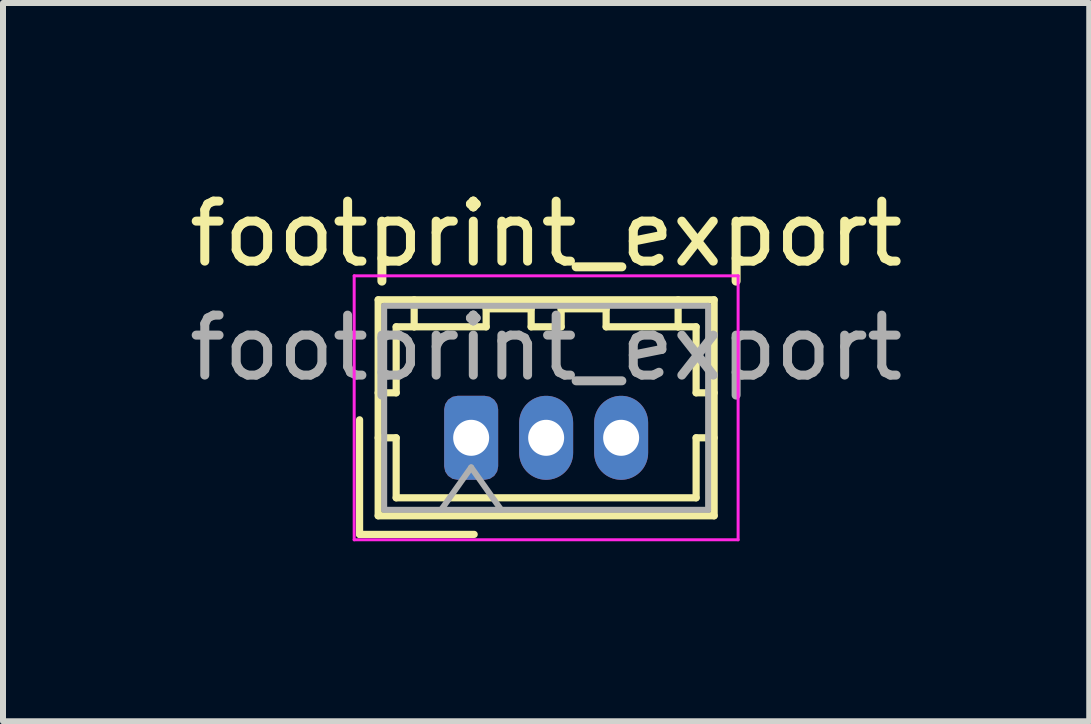
<source format=kicad_pcb>
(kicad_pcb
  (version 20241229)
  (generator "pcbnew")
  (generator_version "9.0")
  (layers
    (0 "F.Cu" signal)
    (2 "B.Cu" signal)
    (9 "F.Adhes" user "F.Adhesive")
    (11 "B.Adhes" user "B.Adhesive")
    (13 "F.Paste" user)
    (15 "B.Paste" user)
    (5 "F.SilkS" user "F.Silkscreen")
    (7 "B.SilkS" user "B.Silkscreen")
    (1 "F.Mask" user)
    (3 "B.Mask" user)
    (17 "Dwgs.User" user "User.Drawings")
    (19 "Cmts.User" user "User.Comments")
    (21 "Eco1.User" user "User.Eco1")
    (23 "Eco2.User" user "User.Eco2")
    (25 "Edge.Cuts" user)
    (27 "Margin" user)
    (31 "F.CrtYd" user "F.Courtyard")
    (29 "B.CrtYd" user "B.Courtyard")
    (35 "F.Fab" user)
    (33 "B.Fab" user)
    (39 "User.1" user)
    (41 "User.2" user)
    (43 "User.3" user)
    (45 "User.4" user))
  (footprint "footprint_export"
    (layer "F.Cu")
    (at 4.804 4.248)
    (property "Reference" "footprint_export" (at 1.25 -3.4 0) (layer "F.SilkS") (effects (font (size 1 1) (thickness 0.15))))
    (attr through_hole)
    (fp_line (start -1.86 -0.3) (end -1.86 1.61) (stroke (width 0.12) (type solid)) (layer "F.SilkS"))
    (fp_line (start -1.86 1.61) (end 0.05 1.61) (stroke (width 0.12) (type solid)) (layer "F.SilkS"))
    (fp_line (start -1.55 -2.3) (end -1.55 1.3) (stroke (width 0.12) (type solid)) (layer "F.SilkS"))
    (fp_line (start -1.55 -0.75) (end -1.25 -0.75) (stroke (width 0.12) (type solid)) (layer "F.SilkS"))
    (fp_line (start -1.55 0) (end -1.25 0) (stroke (width 0.12) (type solid)) (layer "F.SilkS"))
    (fp_line (start -1.55 1.3) (end 4.05 1.3) (stroke (width 0.12) (type solid)) (layer "F.SilkS"))
    (fp_line (start -1.25 -1.85) (end -0.95 -1.85) (stroke (width 0.12) (type solid)) (layer "F.SilkS"))
    (fp_line (start -1.25 -0.75) (end -1.25 -1.85) (stroke (width 0.12) (type solid)) (layer "F.SilkS"))
    (fp_line (start -1.25 0) (end -1.25 1) (stroke (width 0.12) (type solid)) (layer "F.SilkS"))
    (fp_line (start -1.25 1) (end 3.75 1) (stroke (width 0.12) (type solid)) (layer "F.SilkS"))
    (fp_line (start -0.95 -1.85) (end -0.95 -2.3) (stroke (width 0.12) (type solid)) (layer "F.SilkS"))
    (fp_line (start -0.95 -1.85) (end 0.25 -1.85) (stroke (width 0.12) (type solid)) (layer "F.SilkS"))
    (fp_line (start 0.25 -2.15) (end 1 -2.15) (stroke (width 0.12) (type solid)) (layer "F.SilkS"))
    (fp_line (start 0.25 -1.85) (end 0.25 -2.15) (stroke (width 0.12) (type solid)) (layer "F.SilkS"))
    (fp_line (start 1 -2.15) (end 1 -1.85) (stroke (width 0.12) (type solid)) (layer "F.SilkS"))
    (fp_line (start 1 -1.85) (end 1.5 -1.85) (stroke (width 0.12) (type solid)) (layer "F.SilkS"))
    (fp_line (start 1.5 -2.15) (end 2.25 -2.15) (stroke (width 0.12) (type solid)) (layer "F.SilkS"))
    (fp_line (start 1.5 -1.85) (end 1.5 -2.15) (stroke (width 0.12) (type solid)) (layer "F.SilkS"))
    (fp_line (start 2.25 -2.15) (end 2.25 -1.85) (stroke (width 0.12) (type solid)) (layer "F.SilkS"))
    (fp_line (start 2.25 -1.85) (end 3.45 -1.85) (stroke (width 0.12) (type solid)) (layer "F.SilkS"))
    (fp_line (start 3.45 -1.85) (end 3.45 -2.3) (stroke (width 0.12) (type solid)) (layer "F.SilkS"))
    (fp_line (start 3.75 -1.85) (end 3.45 -1.85) (stroke (width 0.12) (type solid)) (layer "F.SilkS"))
    (fp_line (start 3.75 -0.75) (end 3.75 -1.85) (stroke (width 0.12) (type solid)) (layer "F.SilkS"))
    (fp_line (start 3.75 0) (end 4.05 0) (stroke (width 0.12) (type solid)) (layer "F.SilkS"))
    (fp_line (start 3.75 1) (end 3.75 0) (stroke (width 0.12) (type solid)) (layer "F.SilkS"))
    (fp_line (start 4.05 -2.3) (end -1.55 -2.3) (stroke (width 0.12) (type solid)) (layer "F.SilkS"))
    (fp_line (start 4.05 -0.75) (end 3.75 -0.75) (stroke (width 0.12) (type solid)) (layer "F.SilkS"))
    (fp_line (start 4.05 1.3) (end 4.05 -2.3) (stroke (width 0.12) (type solid)) (layer "F.SilkS"))
    (fp_line (start -1.95 -2.7) (end -1.95 1.7) (stroke (width 0.05) (type solid)) (layer "F.CrtYd"))
    (fp_line (start -1.95 1.7) (end 4.45 1.7) (stroke (width 0.05) (type solid)) (layer "F.CrtYd"))
    (fp_line (start 4.45 -2.7) (end -1.95 -2.7) (stroke (width 0.05) (type solid)) (layer "F.CrtYd"))
    (fp_line (start 4.45 1.7) (end 4.45 -2.7) (stroke (width 0.05) (type solid)) (layer "F.CrtYd"))
    (fp_line (start -1.45 -2.2) (end -1.45 1.2) (stroke (width 0.1) (type solid)) (layer "F.Fab"))
    (fp_line (start -1.45 1.2) (end 3.95 1.2) (stroke (width 0.1) (type solid)) (layer "F.Fab"))
    (fp_line (start -0.5 1.2) (end 0 0.493) (stroke (width 0.1) (type solid)) (layer "F.Fab"))
    (fp_line (start 0 0.493) (end 0.5 1.2) (stroke (width 0.1) (type solid)) (layer "F.Fab"))
    (fp_line (start 3.95 -2.2) (end -1.45 -2.2) (stroke (width 0.1) (type solid)) (layer "F.Fab"))
    (fp_line (start 3.95 1.2) (end 3.95 -2.2) (stroke (width 0.1) (type solid)) (layer "F.Fab"))
    (fp_text user "${REFERENCE}" (at 1.25 -1.5 0) (layer "F.Fab") (effects (font (size 1 1) (thickness 0.15))))
    (pad "1" thru_hole roundrect (at 0 0) (size 0.9 1.4) (drill 0.6) (layers "*.Cu" "*.Mask") (roundrect_rratio 0.25))
    (pad "2" thru_hole oval (at 1.25 0) (size 0.9 1.4) (drill 0.6) (layers "*.Cu" "*.Mask"))
    (pad "3" thru_hole oval (at 2.5 0) (size 0.9 1.4) (drill 0.6) (layers "*.Cu" "*.Mask")))
  (gr_rect
    (start -3 -3)
    (end 15.107 8.973)
    (stroke (width 0.1) (type default))
    (fill no)
    (layer "Edge.Cuts")))
</source>
